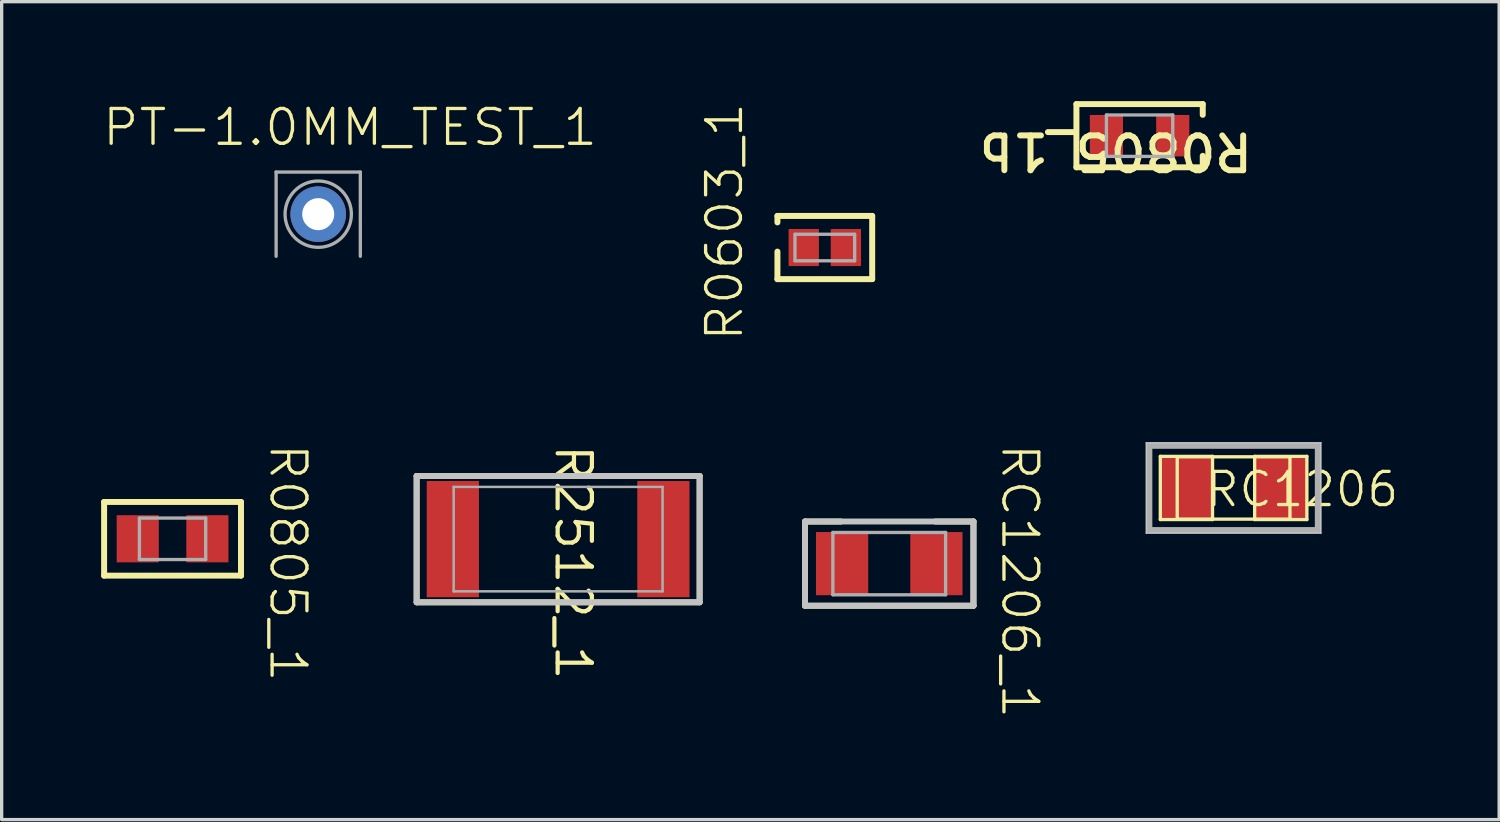
<source format=kicad_pcb>
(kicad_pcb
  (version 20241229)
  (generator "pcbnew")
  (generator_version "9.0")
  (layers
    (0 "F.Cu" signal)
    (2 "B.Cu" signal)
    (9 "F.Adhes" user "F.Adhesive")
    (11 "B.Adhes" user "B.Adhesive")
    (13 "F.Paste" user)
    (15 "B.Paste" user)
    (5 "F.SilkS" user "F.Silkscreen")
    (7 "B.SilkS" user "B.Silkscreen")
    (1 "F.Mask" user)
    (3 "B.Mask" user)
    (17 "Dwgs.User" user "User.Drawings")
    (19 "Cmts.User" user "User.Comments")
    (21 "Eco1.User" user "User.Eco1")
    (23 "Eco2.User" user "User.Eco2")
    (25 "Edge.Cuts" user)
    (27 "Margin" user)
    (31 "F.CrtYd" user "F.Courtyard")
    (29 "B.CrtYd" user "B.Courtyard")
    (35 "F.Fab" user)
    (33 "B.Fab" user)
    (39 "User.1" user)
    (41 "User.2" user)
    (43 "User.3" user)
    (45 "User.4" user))
  (footprint "R0805_1b"
    (layer "F.Cu")
    (at 31.318 1.042)
    (property "Reference" "R0805_1b" (at -0.714 0.468 180) (unlocked yes) (layer "F.SilkS") (effects (font (size 1.05 1.104) (thickness 0.18))))
    (attr smd)
    (fp_line (start -1.905 -0.953) (end 1.905 -0.953) (stroke (width 0.18) (type solid)) (layer "F.SilkS"))
    (fp_line (start -1.905 0.953) (end -1.905 -0.953) (stroke (width 0.18) (type solid)) (layer "F.SilkS"))
    (fp_line (start -1.905 0.953) (end 1.905 0.953) (stroke (width 0.18) (type solid)) (layer "F.SilkS"))
    (fp_line (start 1.905 -0.629) (end 1.905 -0.953) (stroke (width 0.18) (type solid)) (layer "F.SilkS"))
    (fp_line (start 1.905 0.953) (end 1.905 0.608) (stroke (width 0.18) (type solid)) (layer "F.SilkS"))
    (fp_line (start -1 -0.625) (end 1 -0.625) (stroke (width 0.1) (type solid)) (layer "F.Fab"))
    (fp_line (start -1 0.625) (end -1 -0.625) (stroke (width 0.1) (type solid)) (layer "F.Fab"))
    (fp_line (start -1 0.625) (end 1 0.625) (stroke (width 0.1) (type solid)) (layer "F.Fab"))
    (fp_line (start 1 0.625) (end 1 -0.625) (stroke (width 0.1) (type solid)) (layer "F.Fab"))
    (pad "1" smd rect (at -1 0) (size 1 1.25) (layers "F.Cu" "F.Mask" "F.Paste"))
    (pad "2" smd rect (at 1 0) (size 1 1.25) (layers "F.Cu" "F.Mask" "F.Paste")))
  (footprint "R0603_1"
    (layer "F.Cu")
    (at 21.825 4.415)
    (property "Reference" "R0603_1" (at -3.026 -0.774 90) (unlocked yes) (layer "F.SilkS") (effects (font (size 1.05 1.104) (thickness 0.1))))
    (attr smd)
    (fp_line (start -1.429 -0.953) (end 1.429 -0.953) (stroke (width 0.18) (type solid)) (layer "F.SilkS"))
    (fp_line (start -1.429 -0.758) (end -1.429 -0.953) (stroke (width 0.18) (type solid)) (layer "F.SilkS"))
    (fp_line (start -1.429 0.953) (end -1.429 0.123) (stroke (width 0.18) (type solid)) (layer "F.SilkS"))
    (fp_line (start -1.429 0.953) (end 1.429 0.953) (stroke (width 0.18) (type solid)) (layer "F.SilkS"))
    (fp_line (start 1.429 0.953) (end 1.429 -0.953) (stroke (width 0.18) (type solid)) (layer "F.SilkS"))
    (fp_line (start -0.9 -0.4) (end 0.9 -0.4) (stroke (width 0.1) (type solid)) (layer "F.Fab"))
    (fp_line (start -0.9 0.4) (end -0.9 -0.4) (stroke (width 0.1) (type solid)) (layer "F.Fab"))
    (fp_line (start -0.9 0.4) (end 0.9 0.4) (stroke (width 0.1) (type solid)) (layer "F.Fab"))
    (fp_line (start 0.9 0.4) (end 0.9 -0.4) (stroke (width 0.1) (type solid)) (layer "F.Fab"))
    (pad "1" smd rect (at -0.635 0) (size 0.914 1.118) (layers "F.Cu" "F.Mask" "F.Paste"))
    (pad "2" smd rect (at 0.635 0) (size 0.914 1.118) (layers "F.Cu" "F.Mask" "F.Paste")))
  (footprint "RC1206_1"
    (layer "F.Cu")
    (at 23.768 13.948)
    (property "Reference" "RC1206_1" (at 3.94 0.526 270) (unlocked yes) (layer "F.SilkS") (effects (font (size 1.05 1.104) (thickness 0.1))))
    (attr smd)
    (fp_line (start -2.54 -1.27) (end -1.458 -1.27) (stroke (width 0.18) (type solid)) (layer "F.SilkS"))
    (fp_line (start -2.54 1.27) (end -2.54 -1.27) (stroke (width 0.18) (type solid)) (layer "F.SilkS"))
    (fp_line (start -2.54 1.27) (end 2.54 1.27) (stroke (width 0.18) (type solid)) (layer "F.SilkS"))
    (fp_line (start 1.392 -1.27) (end 2.54 -1.27) (stroke (width 0.18) (type solid)) (layer "F.SilkS"))
    (fp_line (start 2.54 1.27) (end 2.54 -1.27) (stroke (width 0.18) (type solid)) (layer "F.SilkS"))
    (fp_line (start -2.54 -1.27) (end 2.54 -1.27) (stroke (width 0.178) (type solid)) (layer "Dwgs.User"))
    (fp_line (start -2.54 1.27) (end -2.54 -1.27) (stroke (width 0.178) (type solid)) (layer "Dwgs.User"))
    (fp_line (start -2.54 1.27) (end 2.54 1.27) (stroke (width 0.178) (type solid)) (layer "Dwgs.User"))
    (fp_line (start 2.54 1.27) (end 2.54 -1.27) (stroke (width 0.178) (type solid)) (layer "Dwgs.User"))
    (fp_line (start -1.7 -0.94) (end 1.7 -0.94) (stroke (width 0.1) (type solid)) (layer "F.Fab"))
    (fp_line (start -1.7 0.94) (end -1.7 -0.94) (stroke (width 0.1) (type solid)) (layer "F.Fab"))
    (fp_line (start -1.7 0.94) (end 1.7 0.94) (stroke (width 0.1) (type solid)) (layer "F.Fab"))
    (fp_line (start 1.7 0.94) (end 1.7 -0.94) (stroke (width 0.1) (type solid)) (layer "F.Fab"))
    (pad "1" smd rect (at -1.422 0) (size 1.575 1.905) (layers "F.Cu" "F.Mask" "F.Paste"))
    (pad "2" smd rect (at 1.422 0) (size 1.575 1.905) (layers "F.Cu" "F.Mask" "F.Paste")))
  (footprint "RC1206"
    (placed yes)
    (layer "F.Cu")
    (at 34.153 11.666)
    (property "Reference" "RC1206" (at -0.9 0.627 0) (layer "F.SilkS") (effects (font (size 1 1) (thickness 0.1)) (justify left bottom)))
    (attr through_hole)
    (fp_line (start -2.21 -0.953) (end -0.635 -0.953) (stroke (width 0.1) (type solid)) (layer "F.SilkS"))
    (fp_line (start -2.21 0.953) (end -2.21 -0.953) (stroke (width 0.1) (type solid)) (layer "F.SilkS"))
    (fp_line (start -1.7 -0.94) (end -1.7 0.94) (stroke (width 0.1) (type solid)) (layer "F.SilkS"))
    (fp_line (start -1.7 0.94) (end 1.7 0.94) (stroke (width 0.1) (type solid)) (layer "F.SilkS"))
    (fp_line (start -0.635 -0.953) (end -0.635 0.953) (stroke (width 0.1) (type solid)) (layer "F.SilkS"))
    (fp_line (start -0.635 0.953) (end -2.21 0.953) (stroke (width 0.1) (type solid)) (layer "F.SilkS"))
    (fp_line (start 0.635 -0.953) (end 2.21 -0.953) (stroke (width 0.1) (type solid)) (layer "F.SilkS"))
    (fp_line (start 0.635 0.953) (end 0.635 -0.953) (stroke (width 0.1) (type solid)) (layer "F.SilkS"))
    (fp_line (start 1.7 -0.94) (end -1.7 -0.94) (stroke (width 0.1) (type solid)) (layer "F.SilkS"))
    (fp_line (start 1.7 0.94) (end 1.7 -0.94) (stroke (width 0.1) (type solid)) (layer "F.SilkS"))
    (fp_line (start 2.21 -0.953) (end 2.21 0.953) (stroke (width 0.1) (type solid)) (layer "F.SilkS"))
    (fp_line (start 2.21 0.953) (end 0.635 0.953) (stroke (width 0.1) (type solid)) (layer "F.SilkS"))
    (fp_line (start -2.63 -1.36) (end 2.63 -1.36) (stroke (width 0.05) (type solid)) (layer "Dwgs.User"))
    (fp_line (start -2.63 1.36) (end -2.63 -1.36) (stroke (width 0.05) (type solid)) (layer "Dwgs.User"))
    (fp_line (start 2.63 -1.36) (end 2.63 1.36) (stroke (width 0.05) (type solid)) (layer "Dwgs.User"))
    (fp_line (start 2.63 1.36) (end -2.63 1.36) (stroke (width 0.05) (type solid)) (layer "Dwgs.User"))
    (fp_line (start -2.54 -1.27) (end -2.54 1.27) (stroke (width 0.18) (type solid)) (layer "F.Fab"))
    (fp_line (start -2.54 1.27) (end 2.54 1.27) (stroke (width 0.18) (type solid)) (layer "F.Fab"))
    (fp_line (start 2.54 -1.27) (end -2.54 -1.27) (stroke (width 0.18) (type solid)) (layer "F.Fab"))
    (fp_line (start 2.54 1.27) (end 2.54 -1.27) (stroke (width 0.18) (type solid)) (layer "F.Fab"))
    (fp_poly (pts (xy -2.54 1.27) (xy -2.54 -1.27) (xy 2.54 -1.27) (xy 2.54 1.27) (xy -2.54 1.27)) (stroke (width 0.02) (type solid)) (fill no) (layer "F.Fab"))
    (pad "1" smd rect (at -1.422 0) (size 1.575 1.905) (layers "F.Cu" "F.Mask" "F.Paste"))
    (pad "2" smd rect (at 1.422 0) (size 1.575 1.905) (layers "F.Cu" "F.Mask" "F.Paste")))
  (footprint "R2512_1"
    (layer "F.Cu")
    (at 13.782 13.209)
    (property "Reference" "R2512_1" (at 0.457 0.699 270) (unlocked yes) (layer "F.SilkS") (effects (font (size 1.033 1.087) (thickness 0.127))))
    (attr smd)
    (fp_line (start -4.267 -1.905) (end 4.267 -1.905) (stroke (width 0.178) (type solid)) (layer "F.SilkS"))
    (fp_line (start -4.267 1.905) (end -4.267 -1.905) (stroke (width 0.178) (type solid)) (layer "F.SilkS"))
    (fp_line (start -4.267 1.905) (end 4.267 1.905) (stroke (width 0.178) (type solid)) (layer "F.SilkS"))
    (fp_line (start 4.267 1.905) (end 4.267 -1.905) (stroke (width 0.178) (type solid)) (layer "F.SilkS"))
    (fp_line (start -4.267 -1.905) (end 4.267 -1.905) (stroke (width 0.178) (type solid)) (layer "Dwgs.User"))
    (fp_line (start -4.267 1.905) (end -4.267 -1.905) (stroke (width 0.178) (type solid)) (layer "Dwgs.User"))
    (fp_line (start -4.267 1.905) (end 4.267 1.905) (stroke (width 0.178) (type solid)) (layer "Dwgs.User"))
    (fp_line (start 4.267 1.905) (end 4.267 -1.905) (stroke (width 0.178) (type solid)) (layer "Dwgs.User"))
    (fp_line (start -3.15 -1.575) (end 3.15 -1.575) (stroke (width 0.076) (type solid)) (layer "F.Fab"))
    (fp_line (start -3.15 1.575) (end -3.15 -1.575) (stroke (width 0.076) (type solid)) (layer "F.Fab"))
    (fp_line (start -3.15 1.575) (end 3.15 1.575) (stroke (width 0.076) (type solid)) (layer "F.Fab"))
    (fp_line (start 3.15 1.575) (end 3.15 -1.575) (stroke (width 0.076) (type solid)) (layer "F.Fab"))
    (pad "1" smd rect (at -3.175 0) (size 1.575 3.505) (layers "F.Cu" "F.Mask" "F.Paste"))
    (pad "2" smd rect (at 3.175 0) (size 1.575 3.505) (layers "F.Cu" "F.Mask" "F.Paste")))
  (footprint "PT-1.0MM_TEST_1"
    (layer "F.Cu")
    (at 6.547 3.409)
    (property "Reference" "PT-1.0MM_TEST_1" (at 0.958 -2.619 0) (unlocked yes) (layer "F.SilkS") (effects (font (size 1.05 1.104) (thickness 0.1))))
    (attr smd)
    (fp_line (start -1.27 -1.27) (end 1.27 -1.27) (stroke (width 0.1) (type solid)) (layer "F.Fab"))
    (fp_line (start -1.27 1.27) (end -1.27 -1.27) (stroke (width 0.1) (type solid)) (layer "F.Fab"))
    (fp_line (start 1.27 1.27) (end 1.27 -1.27) (stroke (width 0.1) (type solid)) (layer "F.Fab"))
    (fp_circle (center 0 0) (end 1 0) (stroke (width 0.1) (type solid)) (fill no) (layer "F.Fab"))
    (pad "1" thru_hole circle (at 0 0) (size 1.676 1.676) (drill 0.965) (layers "*.Cu" "*.Mask")))
  (footprint "R0805_1"
    (layer "F.Cu")
    (at 2.154 13.199)
    (property "Reference" "R0805_1" (at 3.483 0.723 270) (unlocked yes) (layer "F.SilkS") (effects (font (size 1.05 1.104) (thickness 0.1))))
    (attr smd)
    (fp_line (start -2.064 -1.111) (end 2.064 -1.111) (stroke (width 0.18) (type solid)) (layer "F.SilkS"))
    (fp_line (start -2.064 1.111) (end -2.064 -1.111) (stroke (width 0.18) (type solid)) (layer "F.SilkS"))
    (fp_line (start -2.064 1.111) (end 2.064 1.111) (stroke (width 0.18) (type solid)) (layer "F.SilkS"))
    (fp_line (start 2.064 1.111) (end 2.064 -1.111) (stroke (width 0.18) (type solid)) (layer "F.SilkS"))
    (fp_line (start -1 -0.625) (end 1 -0.625) (stroke (width 0.1) (type solid)) (layer "F.Fab"))
    (fp_line (start -1 0.625) (end -1 -0.625) (stroke (width 0.1) (type solid)) (layer "F.Fab"))
    (fp_line (start -1 0.625) (end 1 0.625) (stroke (width 0.1) (type solid)) (layer "F.Fab"))
    (fp_line (start 1 0.625) (end 1 -0.625) (stroke (width 0.1) (type solid)) (layer "F.Fab"))
    (pad "1" smd rect (at -1.05 0) (size 1.27 1.422) (layers "F.Cu" "F.Mask" "F.Paste"))
    (pad "2" smd rect (at 1.05 0) (size 1.27 1.422) (layers "F.Cu" "F.Mask" "F.Paste")))
  (gr_rect
    (start -3 -3)
    (end 42.162 21.667)
    (stroke (width 0.1) (type default))
    (fill no)
    (layer "Edge.Cuts")))
</source>
